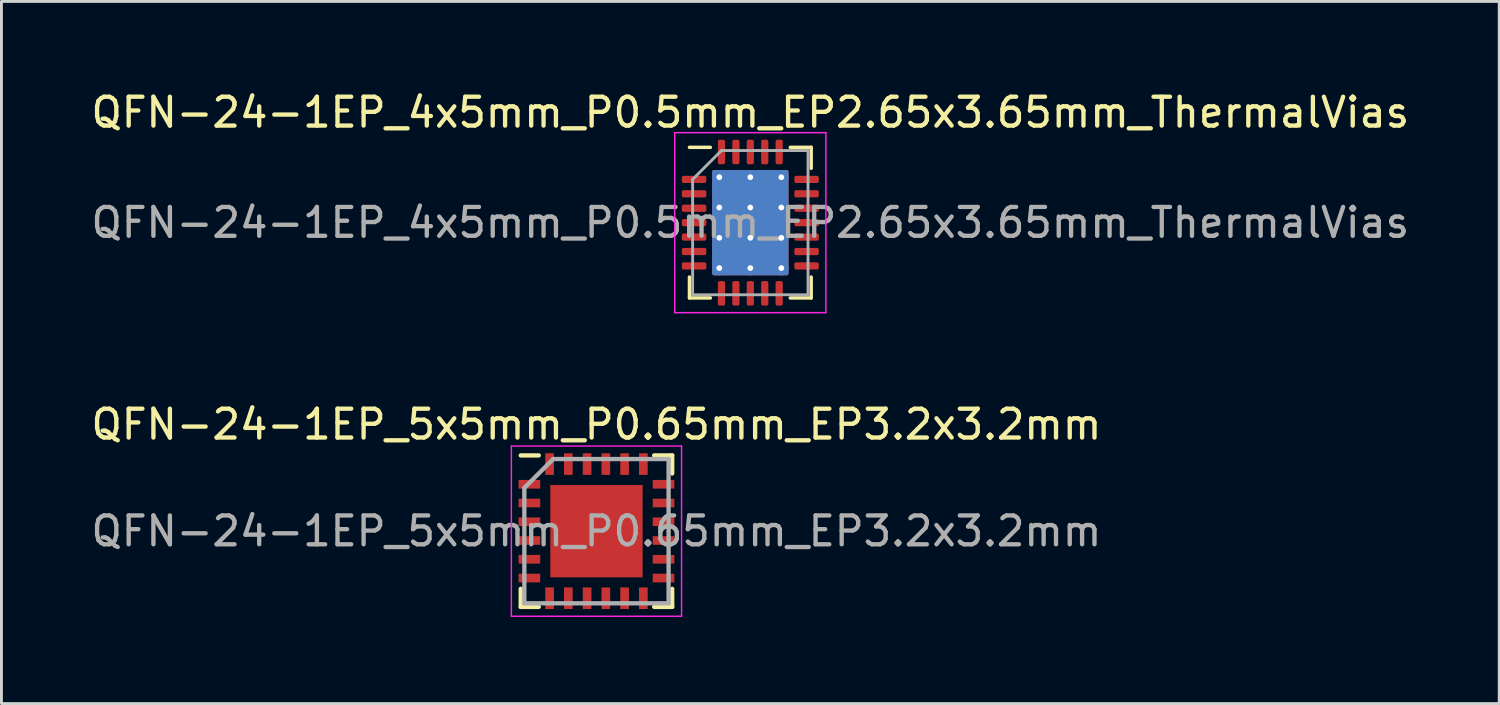
<source format=kicad_pcb>
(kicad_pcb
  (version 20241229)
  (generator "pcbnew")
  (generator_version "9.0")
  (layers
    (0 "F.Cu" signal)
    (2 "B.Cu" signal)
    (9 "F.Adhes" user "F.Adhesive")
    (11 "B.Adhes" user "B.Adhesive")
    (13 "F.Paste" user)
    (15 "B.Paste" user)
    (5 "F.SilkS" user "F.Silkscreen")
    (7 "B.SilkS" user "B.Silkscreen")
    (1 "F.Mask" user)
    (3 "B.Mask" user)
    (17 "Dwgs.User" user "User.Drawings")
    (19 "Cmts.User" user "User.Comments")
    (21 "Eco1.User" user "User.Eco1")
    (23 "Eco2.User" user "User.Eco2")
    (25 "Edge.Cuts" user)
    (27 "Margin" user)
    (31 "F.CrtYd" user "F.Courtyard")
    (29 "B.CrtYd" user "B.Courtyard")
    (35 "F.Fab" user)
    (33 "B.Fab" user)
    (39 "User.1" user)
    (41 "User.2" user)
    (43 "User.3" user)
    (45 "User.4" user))
  (footprint "QFN-24-1EP_5x5mm_P0.65mm_EP3.2x3.2mm"
    (layer "F.Cu")
    (at 17.625 15.361)
    (property "Reference" "QFN-24-1EP_5x5mm_P0.65mm_EP3.2x3.2mm" (at 0 -3.7 0) (layer "F.SilkS") (effects (font (size 1 1) (thickness 0.15))))
    (attr smd)
    (fp_line (start -2.625 -2.625) (end -2 -2.625) (stroke (width 0.15) (type solid)) (layer "F.SilkS"))
    (fp_line (start -2.625 2.625) (end -2.625 2) (stroke (width 0.15) (type solid)) (layer "F.SilkS"))
    (fp_line (start -2.625 2.625) (end -2 2.625) (stroke (width 0.15) (type solid)) (layer "F.SilkS"))
    (fp_line (start 2.625 -2.625) (end 2 -2.625) (stroke (width 0.15) (type solid)) (layer "F.SilkS"))
    (fp_line (start 2.625 -2.625) (end 2.625 -2) (stroke (width 0.15) (type solid)) (layer "F.SilkS"))
    (fp_line (start 2.625 2.625) (end 2 2.625) (stroke (width 0.15) (type solid)) (layer "F.SilkS"))
    (fp_line (start 2.625 2.625) (end 2.625 2) (stroke (width 0.15) (type solid)) (layer "F.SilkS"))
    (fp_line (start -2.95 -2.95) (end -2.95 2.95) (stroke (width 0.05) (type solid)) (layer "F.CrtYd"))
    (fp_line (start -2.95 -2.95) (end 2.95 -2.95) (stroke (width 0.05) (type solid)) (layer "F.CrtYd"))
    (fp_line (start -2.95 2.95) (end 2.95 2.95) (stroke (width 0.05) (type solid)) (layer "F.CrtYd"))
    (fp_line (start 2.95 -2.95) (end 2.95 2.95) (stroke (width 0.05) (type solid)) (layer "F.CrtYd"))
    (fp_line (start -2.5 -1.5) (end -1.5 -2.5) (stroke (width 0.15) (type solid)) (layer "F.Fab"))
    (fp_line (start -2.5 2.5) (end -2.5 -1.5) (stroke (width 0.15) (type solid)) (layer "F.Fab"))
    (fp_line (start -1.5 -2.5) (end 2.5 -2.5) (stroke (width 0.15) (type solid)) (layer "F.Fab"))
    (fp_line (start 2.5 -2.5) (end 2.5 2.5) (stroke (width 0.15) (type solid)) (layer "F.Fab"))
    (fp_line (start 2.5 2.5) (end -2.5 2.5) (stroke (width 0.15) (type solid)) (layer "F.Fab"))
    (fp_text user "${REFERENCE}" (at 0 0 0) (layer "F.Fab") (effects (font (size 1 1) (thickness 0.15))))
    (pad "" smd rect (at -1.066 -1.066) (size 0.86 0.86) (layers "F.Paste"))
    (pad "" smd rect (at -1.066 0) (size 0.86 0.86) (layers "F.Paste"))
    (pad "" smd rect (at -1.066 1.066) (size 0.86 0.86) (layers "F.Paste"))
    (pad "" smd rect (at 0 -1.066) (size 0.86 0.86) (layers "F.Paste"))
    (pad "" smd rect (at 0 0) (size 0.86 0.86) (layers "F.Paste"))
    (pad "" smd rect (at 0 1.066) (size 0.86 0.86) (layers "F.Paste"))
    (pad "" smd rect (at 1.066 -1.066) (size 0.86 0.86) (layers "F.Paste"))
    (pad "" smd rect (at 1.066 0) (size 0.86 0.86) (layers "F.Paste"))
    (pad "" smd rect (at 1.066 1.066) (size 0.86 0.86) (layers "F.Paste"))
    (pad "1" smd rect (at -2.325 -1.625) (size 0.75 0.3) (layers "F.Cu" "F.Mask" "F.Paste"))
    (pad "2" smd rect (at -2.325 -0.975) (size 0.75 0.3) (layers "F.Cu" "F.Mask" "F.Paste"))
    (pad "3" smd rect (at -2.325 -0.325) (size 0.75 0.3) (layers "F.Cu" "F.Mask" "F.Paste"))
    (pad "4" smd rect (at -2.325 0.325) (size 0.75 0.3) (layers "F.Cu" "F.Mask" "F.Paste"))
    (pad "5" smd rect (at -2.325 0.975) (size 0.75 0.3) (layers "F.Cu" "F.Mask" "F.Paste"))
    (pad "6" smd rect (at -2.325 1.625) (size 0.75 0.3) (layers "F.Cu" "F.Mask" "F.Paste"))
    (pad "7" smd rect (at -1.625 2.325 90) (size 0.75 0.3) (layers "F.Cu" "F.Mask" "F.Paste"))
    (pad "8" smd rect (at -0.975 2.325 90) (size 0.75 0.3) (layers "F.Cu" "F.Mask" "F.Paste"))
    (pad "9" smd rect (at -0.325 2.325 90) (size 0.75 0.3) (layers "F.Cu" "F.Mask" "F.Paste"))
    (pad "10" smd rect (at 0.325 2.325 90) (size 0.75 0.3) (layers "F.Cu" "F.Mask" "F.Paste"))
    (pad "11" smd rect (at 0.975 2.325 90) (size 0.75 0.3) (layers "F.Cu" "F.Mask" "F.Paste"))
    (pad "12" smd rect (at 1.625 2.325 90) (size 0.75 0.3) (layers "F.Cu" "F.Mask" "F.Paste"))
    (pad "13" smd rect (at 2.325 1.625) (size 0.75 0.3) (layers "F.Cu" "F.Mask" "F.Paste"))
    (pad "14" smd rect (at 2.325 0.975) (size 0.75 0.3) (layers "F.Cu" "F.Mask" "F.Paste"))
    (pad "15" smd rect (at 2.325 0.325) (size 0.75 0.3) (layers "F.Cu" "F.Mask" "F.Paste"))
    (pad "16" smd rect (at 2.325 -0.325) (size 0.75 0.3) (layers "F.Cu" "F.Mask" "F.Paste"))
    (pad "17" smd rect (at 2.325 -0.975) (size 0.75 0.3) (layers "F.Cu" "F.Mask" "F.Paste"))
    (pad "18" smd rect (at 2.325 -1.625) (size 0.75 0.3) (layers "F.Cu" "F.Mask" "F.Paste"))
    (pad "19" smd rect (at 1.625 -2.325 90) (size 0.75 0.3) (layers "F.Cu" "F.Mask" "F.Paste"))
    (pad "20" smd rect (at 0.975 -2.325 90) (size 0.75 0.3) (layers "F.Cu" "F.Mask" "F.Paste"))
    (pad "21" smd rect (at 0.325 -2.325 90) (size 0.75 0.3) (layers "F.Cu" "F.Mask" "F.Paste"))
    (pad "22" smd rect (at -0.325 -2.325 90) (size 0.75 0.3) (layers "F.Cu" "F.Mask" "F.Paste"))
    (pad "23" smd rect (at -0.975 -2.325 90) (size 0.75 0.3) (layers "F.Cu" "F.Mask" "F.Paste"))
    (pad "24" smd rect (at -1.625 -2.325 90) (size 0.75 0.3) (layers "F.Cu" "F.Mask" "F.Paste"))
    (pad "25" smd rect (at 0 0) (size 3.2 3.2) (layers "F.Cu" "F.Mask")))
  (footprint "QFN-24-1EP_4x5mm_P0.5mm_EP2.65x3.65mm_ThermalVias"
    (layer "F.Cu")
    (at 22.958 4.668)
    (property "Reference" "QFN-24-1EP_4x5mm_P0.5mm_EP2.65x3.65mm_ThermalVias" (at 0 -3.82 0) (layer "F.SilkS") (effects (font (size 1 1) (thickness 0.15))))
    (attr smd)
    (fp_line (start -2.11 2.61) (end -2.11 1.885) (stroke (width 0.12) (type solid)) (layer "F.SilkS"))
    (fp_line (start -1.385 -2.61) (end -2.11 -2.61) (stroke (width 0.12) (type solid)) (layer "F.SilkS"))
    (fp_line (start -1.385 2.61) (end -2.11 2.61) (stroke (width 0.12) (type solid)) (layer "F.SilkS"))
    (fp_line (start 1.385 -2.61) (end 2.11 -2.61) (stroke (width 0.12) (type solid)) (layer "F.SilkS"))
    (fp_line (start 1.385 2.61) (end 2.11 2.61) (stroke (width 0.12) (type solid)) (layer "F.SilkS"))
    (fp_line (start 2.11 -2.61) (end 2.11 -1.885) (stroke (width 0.12) (type solid)) (layer "F.SilkS"))
    (fp_line (start 2.11 2.61) (end 2.11 1.885) (stroke (width 0.12) (type solid)) (layer "F.SilkS"))
    (fp_line (start -2.62 -3.12) (end -2.62 3.12) (stroke (width 0.05) (type solid)) (layer "F.CrtYd"))
    (fp_line (start -2.62 3.12) (end 2.62 3.12) (stroke (width 0.05) (type solid)) (layer "F.CrtYd"))
    (fp_line (start 2.62 -3.12) (end -2.62 -3.12) (stroke (width 0.05) (type solid)) (layer "F.CrtYd"))
    (fp_line (start 2.62 3.12) (end 2.62 -3.12) (stroke (width 0.05) (type solid)) (layer "F.CrtYd"))
    (fp_line (start -2 -1.5) (end -1 -2.5) (stroke (width 0.1) (type solid)) (layer "F.Fab"))
    (fp_line (start -2 2.5) (end -2 -1.5) (stroke (width 0.1) (type solid)) (layer "F.Fab"))
    (fp_line (start -1 -2.5) (end 2 -2.5) (stroke (width 0.1) (type solid)) (layer "F.Fab"))
    (fp_line (start 2 -2.5) (end 2 2.5) (stroke (width 0.1) (type solid)) (layer "F.Fab"))
    (fp_line (start 2 2.5) (end -2 2.5) (stroke (width 0.1) (type solid)) (layer "F.Fab"))
    (fp_text user "${REFERENCE}" (at 0 0 0) (layer "F.Fab") (effects (font (size 1 1) (thickness 0.15))))
    (pad "" smd roundrect (at -0.66 -1.22) (size 1.15 1.05) (layers "F.Paste") (roundrect_rratio 0.238))
    (pad "" smd roundrect (at -0.66 0) (size 1.15 1.05) (layers "F.Paste") (roundrect_rratio 0.238))
    (pad "" smd roundrect (at -0.66 1.22) (size 1.15 1.05) (layers "F.Paste") (roundrect_rratio 0.238))
    (pad "" smd roundrect (at 0.66 -1.22) (size 1.15 1.05) (layers "F.Paste") (roundrect_rratio 0.238))
    (pad "" smd roundrect (at 0.66 0) (size 1.15 1.05) (layers "F.Paste") (roundrect_rratio 0.238))
    (pad "" smd roundrect (at 0.66 1.22) (size 1.15 1.05) (layers "F.Paste") (roundrect_rratio 0.238))
    (pad "1" smd roundrect (at -1.95 -1.5) (size 0.85 0.25) (layers "F.Cu" "F.Mask" "F.Paste") (roundrect_rratio 0.25))
    (pad "2" smd roundrect (at -1.95 -1) (size 0.85 0.25) (layers "F.Cu" "F.Mask" "F.Paste") (roundrect_rratio 0.25))
    (pad "3" smd roundrect (at -1.95 -0.5) (size 0.85 0.25) (layers "F.Cu" "F.Mask" "F.Paste") (roundrect_rratio 0.25))
    (pad "4" smd roundrect (at -1.95 0) (size 0.85 0.25) (layers "F.Cu" "F.Mask" "F.Paste") (roundrect_rratio 0.25))
    (pad "5" smd roundrect (at -1.95 0.5) (size 0.85 0.25) (layers "F.Cu" "F.Mask" "F.Paste") (roundrect_rratio 0.25))
    (pad "6" smd roundrect (at -1.95 1) (size 0.85 0.25) (layers "F.Cu" "F.Mask" "F.Paste") (roundrect_rratio 0.25))
    (pad "7" smd roundrect (at -1.95 1.5) (size 0.85 0.25) (layers "F.Cu" "F.Mask" "F.Paste") (roundrect_rratio 0.25))
    (pad "8" smd roundrect (at -1 2.45) (size 0.25 0.85) (layers "F.Cu" "F.Mask" "F.Paste") (roundrect_rratio 0.25))
    (pad "9" smd roundrect (at -0.5 2.45) (size 0.25 0.85) (layers "F.Cu" "F.Mask" "F.Paste") (roundrect_rratio 0.25))
    (pad "10" smd roundrect (at 0 2.45) (size 0.25 0.85) (layers "F.Cu" "F.Mask" "F.Paste") (roundrect_rratio 0.25))
    (pad "11" smd roundrect (at 0.5 2.45) (size 0.25 0.85) (layers "F.Cu" "F.Mask" "F.Paste") (roundrect_rratio 0.25))
    (pad "12" smd roundrect (at 1 2.45) (size 0.25 0.85) (layers "F.Cu" "F.Mask" "F.Paste") (roundrect_rratio 0.25))
    (pad "13" smd roundrect (at 1.95 1.5) (size 0.85 0.25) (layers "F.Cu" "F.Mask" "F.Paste") (roundrect_rratio 0.25))
    (pad "14" smd roundrect (at 1.95 1) (size 0.85 0.25) (layers "F.Cu" "F.Mask" "F.Paste") (roundrect_rratio 0.25))
    (pad "15" smd roundrect (at 1.95 0.5) (size 0.85 0.25) (layers "F.Cu" "F.Mask" "F.Paste") (roundrect_rratio 0.25))
    (pad "16" smd roundrect (at 1.95 0) (size 0.85 0.25) (layers "F.Cu" "F.Mask" "F.Paste") (roundrect_rratio 0.25))
    (pad "17" smd roundrect (at 1.95 -0.5) (size 0.85 0.25) (layers "F.Cu" "F.Mask" "F.Paste") (roundrect_rratio 0.25))
    (pad "18" smd roundrect (at 1.95 -1) (size 0.85 0.25) (layers "F.Cu" "F.Mask" "F.Paste") (roundrect_rratio 0.25))
    (pad "19" smd roundrect (at 1.95 -1.5) (size 0.85 0.25) (layers "F.Cu" "F.Mask" "F.Paste") (roundrect_rratio 0.25))
    (pad "20" smd roundrect (at 1 -2.45) (size 0.25 0.85) (layers "F.Cu" "F.Mask" "F.Paste") (roundrect_rratio 0.25))
    (pad "21" smd roundrect (at 0.5 -2.45) (size 0.25 0.85) (layers "F.Cu" "F.Mask" "F.Paste") (roundrect_rratio 0.25))
    (pad "22" smd roundrect (at 0 -2.45) (size 0.25 0.85) (layers "F.Cu" "F.Mask" "F.Paste") (roundrect_rratio 0.25))
    (pad "23" smd roundrect (at -0.5 -2.45) (size 0.25 0.85) (layers "F.Cu" "F.Mask" "F.Paste") (roundrect_rratio 0.25))
    (pad "24" smd roundrect (at -1 -2.45) (size 0.25 0.85) (layers "F.Cu" "F.Mask" "F.Paste") (roundrect_rratio 0.25))
    (pad "25" thru_hole circle (at -1.075 -1.575) (size 0.5 0.5) (drill 0.2) (layers "*.Cu"))
    (pad "25" thru_hole circle (at -1.075 -0.525) (size 0.5 0.5) (drill 0.2) (layers "*.Cu"))
    (pad "25" thru_hole circle (at -1.075 0.525) (size 0.5 0.5) (drill 0.2) (layers "*.Cu"))
    (pad "25" thru_hole circle (at -1.075 1.575) (size 0.5 0.5) (drill 0.2) (layers "*.Cu"))
    (pad "25" thru_hole circle (at 0 -1.575) (size 0.5 0.5) (drill 0.2) (layers "*.Cu"))
    (pad "25" thru_hole circle (at 0 -0.525) (size 0.5 0.5) (drill 0.2) (layers "*.Cu"))
    (pad "25" smd roundrect (at 0 0) (size 2.65 3.65) (layers "F.Cu" "F.Mask") (roundrect_rratio 0.024))
    (pad "25" smd roundrect (at 0 0) (size 2.65 3.65) (layers "B.Cu") (roundrect_rratio 0.024))
    (pad "25" thru_hole circle (at 0 0.525) (size 0.5 0.5) (drill 0.2) (layers "*.Cu"))
    (pad "25" thru_hole circle (at 0 1.575) (size 0.5 0.5) (drill 0.2) (layers "*.Cu"))
    (pad "25" thru_hole circle (at 1.075 -1.575) (size 0.5 0.5) (drill 0.2) (layers "*.Cu"))
    (pad "25" thru_hole circle (at 1.075 -0.525) (size 0.5 0.5) (drill 0.2) (layers "*.Cu"))
    (pad "25" thru_hole circle (at 1.075 0.525) (size 0.5 0.5) (drill 0.2) (layers "*.Cu"))
    (pad "25" thru_hole circle (at 1.075 1.575) (size 0.5 0.5) (drill 0.2) (layers "*.Cu")))
  (gr_rect
    (start -3 -3)
    (end 48.917 21.337)
    (stroke (width 0.1) (type default))
    (fill no)
    (layer "Edge.Cuts")))
</source>
